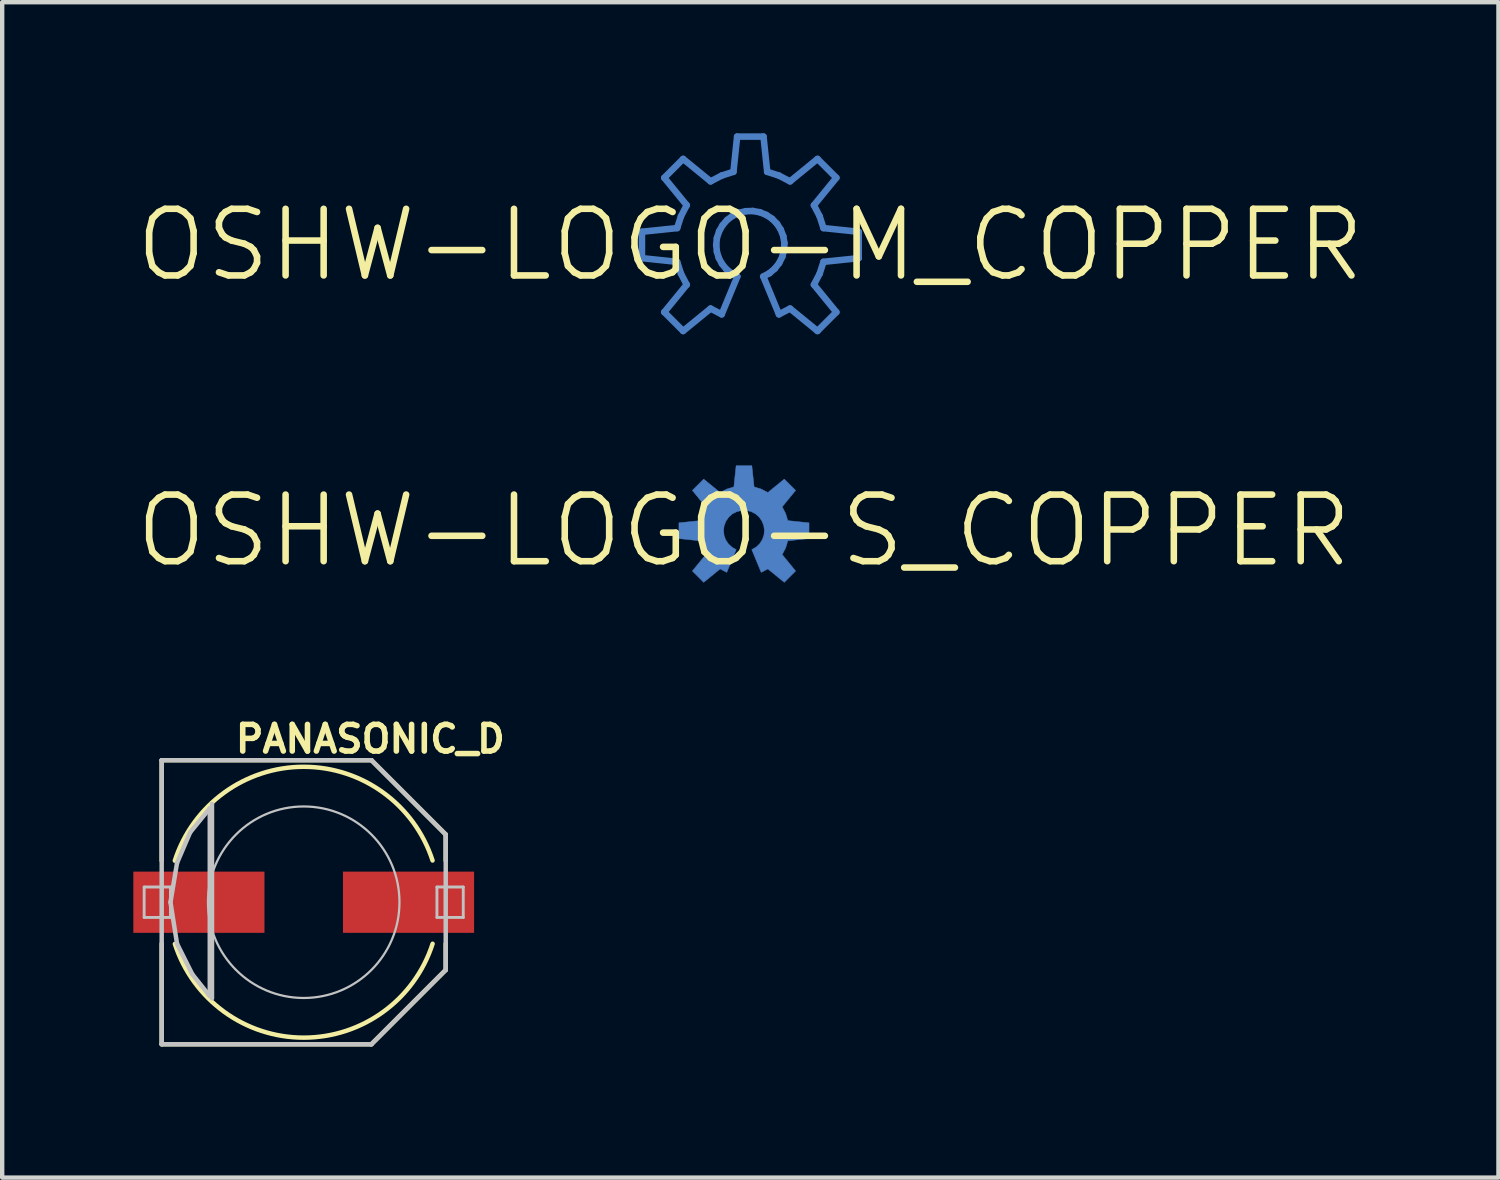
<source format=kicad_pcb>
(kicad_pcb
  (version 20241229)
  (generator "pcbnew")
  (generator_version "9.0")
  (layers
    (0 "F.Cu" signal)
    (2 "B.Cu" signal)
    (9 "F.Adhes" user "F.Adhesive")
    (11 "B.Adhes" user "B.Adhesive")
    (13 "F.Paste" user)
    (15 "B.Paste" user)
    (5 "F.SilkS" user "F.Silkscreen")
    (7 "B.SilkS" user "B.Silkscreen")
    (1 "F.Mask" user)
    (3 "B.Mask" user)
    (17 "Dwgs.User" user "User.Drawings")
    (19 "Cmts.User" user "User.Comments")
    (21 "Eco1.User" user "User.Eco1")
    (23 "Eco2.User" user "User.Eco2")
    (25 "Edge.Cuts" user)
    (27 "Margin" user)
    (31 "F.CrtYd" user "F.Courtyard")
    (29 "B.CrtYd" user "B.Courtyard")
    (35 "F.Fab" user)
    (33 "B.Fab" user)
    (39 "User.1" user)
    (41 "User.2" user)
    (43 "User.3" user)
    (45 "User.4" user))
  (footprint "OSHW-LOGO-M_COPPER"
    (layer "F.Cu")
    (at 14.115 2.554)
    (property "Reference" "OSHW-LOGO-M_COPPER" (at 0 0 0) (layer "F.SilkS") (effects (font (size 1.524 1.524) (thickness 0.15))))
    (attr exclude_from_pos_files exclude_from_bom)
    (fp_line (start -2.479 -0.302) (end -2.479 0.302) (stroke (width 0.15) (type solid)) (layer "B.Cu"))
    (fp_line (start -2.479 0.302) (end -1.674 0.386) (stroke (width 0.15) (type solid)) (layer "B.Cu"))
    (fp_line (start -1.968 -1.537) (end -1.455 -0.909) (stroke (width 0.15) (type solid)) (layer "B.Cu"))
    (fp_line (start -1.968 1.537) (end -1.537 1.968) (stroke (width 0.15) (type solid)) (layer "B.Cu"))
    (fp_line (start -1.674 -0.386) (end -2.479 -0.302) (stroke (width 0.15) (type solid)) (layer "B.Cu"))
    (fp_line (start -1.674 0.386) (end -1.587 0.655) (stroke (width 0.15) (type solid)) (layer "B.Cu"))
    (fp_line (start -1.587 -0.655) (end -1.674 -0.386) (stroke (width 0.15) (type solid)) (layer "B.Cu"))
    (fp_line (start -1.587 0.655) (end -1.455 0.909) (stroke (width 0.15) (type solid)) (layer "B.Cu"))
    (fp_line (start -1.537 -1.968) (end -1.968 -1.537) (stroke (width 0.15) (type solid)) (layer "B.Cu"))
    (fp_line (start -1.537 1.968) (end -0.909 1.455) (stroke (width 0.15) (type solid)) (layer "B.Cu"))
    (fp_line (start -1.455 -0.909) (end -1.587 -0.655) (stroke (width 0.15) (type solid)) (layer "B.Cu"))
    (fp_line (start -1.455 0.909) (end -1.968 1.537) (stroke (width 0.15) (type solid)) (layer "B.Cu"))
    (fp_line (start -0.909 -1.455) (end -1.537 -1.968) (stroke (width 0.15) (type solid)) (layer "B.Cu"))
    (fp_line (start -0.909 1.455) (end -0.655 1.587) (stroke (width 0.15) (type solid)) (layer "B.Cu"))
    (fp_line (start -0.78 0) (end -0.765 -0.157) (stroke (width 0.15) (type solid)) (layer "B.Cu"))
    (fp_line (start -0.765 -0.157) (end -0.714 -0.312) (stroke (width 0.15) (type solid)) (layer "B.Cu"))
    (fp_line (start -0.765 0.152) (end -0.78 0) (stroke (width 0.15) (type solid)) (layer "B.Cu"))
    (fp_line (start -0.721 0.297) (end -0.765 0.152) (stroke (width 0.15) (type solid)) (layer "B.Cu"))
    (fp_line (start -0.714 -0.312) (end -0.635 -0.45) (stroke (width 0.15) (type solid)) (layer "B.Cu"))
    (fp_line (start -0.655 -1.587) (end -0.909 -1.455) (stroke (width 0.15) (type solid)) (layer "B.Cu"))
    (fp_line (start -0.655 1.587) (end -0.297 0.721) (stroke (width 0.15) (type solid)) (layer "B.Cu"))
    (fp_line (start -0.648 0.432) (end -0.721 0.297) (stroke (width 0.15) (type solid)) (layer "B.Cu"))
    (fp_line (start -0.635 -0.45) (end -0.531 -0.572) (stroke (width 0.15) (type solid)) (layer "B.Cu"))
    (fp_line (start -0.551 0.551) (end -0.648 0.432) (stroke (width 0.15) (type solid)) (layer "B.Cu"))
    (fp_line (start -0.531 -0.572) (end -0.401 -0.668) (stroke (width 0.15) (type solid)) (layer "B.Cu"))
    (fp_line (start -0.432 0.648) (end -0.551 0.551) (stroke (width 0.15) (type solid)) (layer "B.Cu"))
    (fp_line (start -0.401 -0.668) (end -0.257 -0.737) (stroke (width 0.15) (type solid)) (layer "B.Cu"))
    (fp_line (start -0.386 -1.674) (end -0.655 -1.587) (stroke (width 0.15) (type solid)) (layer "B.Cu"))
    (fp_line (start -0.302 -2.479) (end -0.386 -1.674) (stroke (width 0.15) (type solid)) (layer "B.Cu"))
    (fp_line (start -0.297 0.721) (end -0.432 0.648) (stroke (width 0.15) (type solid)) (layer "B.Cu"))
    (fp_line (start -0.257 -0.737) (end -0.102 -0.772) (stroke (width 0.15) (type solid)) (layer "B.Cu"))
    (fp_line (start -0.102 -0.772) (end 0.056 -0.777) (stroke (width 0.15) (type solid)) (layer "B.Cu"))
    (fp_line (start 0.056 -0.777) (end 0.216 -0.749) (stroke (width 0.15) (type solid)) (layer "B.Cu"))
    (fp_line (start 0.216 -0.749) (end 0.363 -0.688) (stroke (width 0.15) (type solid)) (layer "B.Cu"))
    (fp_line (start 0.297 0.721) (end 0.655 1.587) (stroke (width 0.15) (type solid)) (layer "B.Cu"))
    (fp_line (start 0.302 -2.479) (end -0.302 -2.479) (stroke (width 0.15) (type solid)) (layer "B.Cu"))
    (fp_line (start 0.363 -0.688) (end 0.498 -0.599) (stroke (width 0.15) (type solid)) (layer "B.Cu"))
    (fp_line (start 0.386 -1.674) (end 0.302 -2.479) (stroke (width 0.15) (type solid)) (layer "B.Cu"))
    (fp_line (start 0.439 0.645) (end 0.297 0.721) (stroke (width 0.15) (type solid)) (layer "B.Cu"))
    (fp_line (start 0.498 -0.599) (end 0.61 -0.485) (stroke (width 0.15) (type solid)) (layer "B.Cu"))
    (fp_line (start 0.561 0.541) (end 0.439 0.645) (stroke (width 0.15) (type solid)) (layer "B.Cu"))
    (fp_line (start 0.61 -0.485) (end 0.696 -0.351) (stroke (width 0.15) (type solid)) (layer "B.Cu"))
    (fp_line (start 0.655 -1.587) (end 0.386 -1.674) (stroke (width 0.15) (type solid)) (layer "B.Cu"))
    (fp_line (start 0.655 1.587) (end 0.909 1.455) (stroke (width 0.15) (type solid)) (layer "B.Cu"))
    (fp_line (start 0.66 0.414) (end 0.561 0.541) (stroke (width 0.15) (type solid)) (layer "B.Cu"))
    (fp_line (start 0.696 -0.351) (end 0.754 -0.201) (stroke (width 0.15) (type solid)) (layer "B.Cu"))
    (fp_line (start 0.732 0.269) (end 0.66 0.414) (stroke (width 0.15) (type solid)) (layer "B.Cu"))
    (fp_line (start 0.754 -0.201) (end 0.78 -0.043) (stroke (width 0.15) (type solid)) (layer "B.Cu"))
    (fp_line (start 0.772 0.114) (end 0.732 0.269) (stroke (width 0.15) (type solid)) (layer "B.Cu"))
    (fp_line (start 0.78 -0.043) (end 0.772 0.114) (stroke (width 0.15) (type solid)) (layer "B.Cu"))
    (fp_line (start 0.909 -1.455) (end 0.655 -1.587) (stroke (width 0.15) (type solid)) (layer "B.Cu"))
    (fp_line (start 0.909 1.455) (end 1.537 1.968) (stroke (width 0.15) (type solid)) (layer "B.Cu"))
    (fp_line (start 1.455 -0.909) (end 1.968 -1.537) (stroke (width 0.15) (type solid)) (layer "B.Cu"))
    (fp_line (start 1.455 0.909) (end 1.587 0.655) (stroke (width 0.15) (type solid)) (layer "B.Cu"))
    (fp_line (start 1.537 -1.968) (end 0.909 -1.455) (stroke (width 0.15) (type solid)) (layer "B.Cu"))
    (fp_line (start 1.537 1.968) (end 1.968 1.537) (stroke (width 0.15) (type solid)) (layer "B.Cu"))
    (fp_line (start 1.587 -0.655) (end 1.455 -0.909) (stroke (width 0.15) (type solid)) (layer "B.Cu"))
    (fp_line (start 1.587 0.655) (end 1.674 0.386) (stroke (width 0.15) (type solid)) (layer "B.Cu"))
    (fp_line (start 1.674 -0.386) (end 1.587 -0.655) (stroke (width 0.15) (type solid)) (layer "B.Cu"))
    (fp_line (start 1.674 0.386) (end 2.479 0.302) (stroke (width 0.15) (type solid)) (layer "B.Cu"))
    (fp_line (start 1.968 -1.537) (end 1.537 -1.968) (stroke (width 0.15) (type solid)) (layer "B.Cu"))
    (fp_line (start 1.968 1.537) (end 1.455 0.909) (stroke (width 0.15) (type solid)) (layer "B.Cu"))
    (fp_line (start 2.479 -0.302) (end 1.674 -0.386) (stroke (width 0.15) (type solid)) (layer "B.Cu"))
    (fp_line (start 2.479 0.302) (end 2.479 -0.302) (stroke (width 0.15) (type solid)) (layer "B.Cu")))
  (footprint "OSHW-LOGO-S_COPPER"
    (layer "F.Cu")
    (at 13.97 9.091)
    (property "Reference" "OSHW-LOGO-S_COPPER" (at 0 0 0) (layer "F.SilkS") (effects (font (size 1.524 1.524) (thickness 0.15))))
    (attr exclude_from_pos_files exclude_from_bom)
    (fp_poly (pts (xy 0.394 0.953) (xy 0.546 0.874) (xy 0.922 1.181) (xy 1.181 0.922) (xy 0.874 0.546) (xy 0.953 0.394) (xy 1.003 0.231) (xy 1.488 0.18) (xy 1.488 -0.18) (xy 1.003 -0.231) (xy 0.953 -0.394) (xy 0.874 -0.546) (xy 1.181 -0.922) (xy 0.922 -1.181) (xy 0.546 -0.874) (xy 0.394 -0.953) (xy 0.231 -1.003) (xy 0.18 -1.488) (xy -0.18 -1.488) (xy -0.231 -1.003) (xy -0.394 -0.953) (xy -0.546 -0.874) (xy -0.922 -1.181) (xy -1.181 -0.922) (xy -0.874 -0.546) (xy -0.953 -0.394) (xy -1.003 -0.231) (xy -1.488 -0.18) (xy -1.488 0.18) (xy -1.003 0.231) (xy -0.953 0.394) (xy -0.874 0.546) (xy -1.181 0.922) (xy -0.922 1.181) (xy -0.546 0.874) (xy -0.394 0.953) (xy -0.178 0.432) (xy -0.274 0.378) (xy -0.356 0.302) (xy -0.417 0.211) (xy -0.455 0.109) (xy -0.467 0) (xy -0.455 -0.109) (xy -0.414 -0.216) (xy -0.351 -0.307) (xy -0.267 -0.384) (xy -0.168 -0.434) (xy -0.061 -0.462) (xy 0.051 -0.465) (xy 0.16 -0.439) (xy 0.259 -0.389) (xy 0.345 -0.315) (xy 0.409 -0.224) (xy 0.452 -0.119) (xy 0.467 -0.01) (xy 0.457 0.099) (xy 0.419 0.206) (xy 0.358 0.3) (xy 0.277 0.376) (xy 0.178 0.432)) (stroke (width 0.01) (type solid)) (fill yes) (layer "B.Cu")))
  (footprint "PANASONIC_D"
    (layer "F.Cu")
    (at 3.898 17.59)
    (property "Reference" "PANASONIC_D" (at 1.524 -3.734 0) (layer "F.SilkS") (effects (font (size 0.61 0.61) (thickness 0.127))))
    (attr smd)
    (fp_line (start -3.249 -3.249) (end 1.549 -3.249) (stroke (width 0.102) (type solid)) (layer "F.SilkS"))
    (fp_line (start -3.249 -0.95) (end -3.249 -3.249) (stroke (width 0.102) (type solid)) (layer "F.SilkS"))
    (fp_line (start -3.249 3.249) (end -3.249 0.95) (stroke (width 0.102) (type solid)) (layer "F.SilkS"))
    (fp_line (start 1.549 -3.249) (end 3.249 -1.549) (stroke (width 0.102) (type solid)) (layer "F.SilkS"))
    (fp_line (start 1.549 3.249) (end -3.249 3.249) (stroke (width 0.102) (type solid)) (layer "F.SilkS"))
    (fp_line (start 3.249 -1.549) (end 3.249 -0.95) (stroke (width 0.102) (type solid)) (layer "F.SilkS"))
    (fp_line (start 3.249 0.95) (end 3.249 1.549) (stroke (width 0.102) (type solid)) (layer "F.SilkS"))
    (fp_line (start 3.249 1.549) (end 1.549 3.249) (stroke (width 0.102) (type solid)) (layer "F.SilkS"))
    (fp_arc (start -2.94894 -0.94996) (mid -0.0024 -3.098171) (end 2.947465 -0.954527) (stroke (width 0.1016) (type solid)) (layer "F.SilkS"))
    (fp_arc (start 2.94894 0.94996) (mid 0.0024 3.098171) (end -2.947465 0.954527) (stroke (width 0.1016) (type solid)) (layer "F.SilkS"))
    (fp_line (start -3.65 -0.348) (end -3.048 -0.348) (stroke (width 0.066) (type solid)) (layer "Dwgs.User"))
    (fp_line (start -3.65 0.348) (end -3.65 -0.348) (stroke (width 0.066) (type solid)) (layer "Dwgs.User"))
    (fp_line (start -3.65 0.348) (end -3.048 0.348) (stroke (width 0.066) (type solid)) (layer "Dwgs.User"))
    (fp_line (start -3.249 -3.249) (end 1.549 -3.249) (stroke (width 0.102) (type solid)) (layer "Dwgs.User"))
    (fp_line (start -3.249 3.249) (end -3.249 -3.249) (stroke (width 0.102) (type solid)) (layer "Dwgs.User"))
    (fp_line (start -3.048 0) (end -2.898 0.95) (stroke (width 0.102) (type solid)) (layer "Dwgs.User"))
    (fp_line (start -3.048 0.348) (end -3.048 -0.348) (stroke (width 0.066) (type solid)) (layer "Dwgs.User"))
    (fp_line (start -2.898 -0.899) (end -3.048 0) (stroke (width 0.102) (type solid)) (layer "Dwgs.User"))
    (fp_line (start -2.898 0.95) (end -2.548 1.648) (stroke (width 0.102) (type solid)) (layer "Dwgs.User"))
    (fp_line (start -2.598 -1.598) (end -2.898 -0.899) (stroke (width 0.102) (type solid)) (layer "Dwgs.User"))
    (fp_line (start -2.548 1.648) (end -2.149 2.149) (stroke (width 0.102) (type solid)) (layer "Dwgs.User"))
    (fp_line (start -2.149 -2.149) (end -2.598 -1.598) (stroke (width 0.102) (type solid)) (layer "Dwgs.User"))
    (fp_line (start -2.149 -2.098) (end -2.149 -2.149) (stroke (width 0.102) (type solid)) (layer "Dwgs.User"))
    (fp_line (start -2.149 2.149) (end -2.149 -2.098) (stroke (width 0.102) (type solid)) (layer "Dwgs.User"))
    (fp_line (start -2.098 -2.248) (end -2.098 2.2) (stroke (width 0.102) (type solid)) (layer "Dwgs.User"))
    (fp_line (start 1.549 -3.249) (end 3.249 -1.549) (stroke (width 0.102) (type solid)) (layer "Dwgs.User"))
    (fp_line (start 1.549 3.249) (end -3.249 3.249) (stroke (width 0.102) (type solid)) (layer "Dwgs.User"))
    (fp_line (start 3.048 -0.348) (end 3.65 -0.348) (stroke (width 0.066) (type solid)) (layer "Dwgs.User"))
    (fp_line (start 3.048 0.348) (end 3.048 -0.348) (stroke (width 0.066) (type solid)) (layer "Dwgs.User"))
    (fp_line (start 3.048 0.348) (end 3.65 0.348) (stroke (width 0.066) (type solid)) (layer "Dwgs.User"))
    (fp_line (start 3.249 -1.549) (end 3.249 1.549) (stroke (width 0.102) (type solid)) (layer "Dwgs.User"))
    (fp_line (start 3.249 1.549) (end 1.549 3.249) (stroke (width 0.102) (type solid)) (layer "Dwgs.User"))
    (fp_line (start 3.65 0.348) (end 3.65 -0.348) (stroke (width 0.066) (type solid)) (layer "Dwgs.User"))
    (fp_circle (center 0 0) (end -1.549 1.549) (stroke (width 0.051) (type solid)) (fill no) (layer "Dwgs.User"))
    (pad "+" smd rect (at 2.398 0) (size 3 1.4) (layers "F.Cu" "F.Mask" "F.Paste"))
    (pad "-" smd rect (at -2.398 0) (size 3 1.4) (layers "F.Cu" "F.Mask" "F.Paste")))
  (gr_rect
    (start -3 -3)
    (end 31.23 23.89)
    (stroke (width 0.1) (type default))
    (fill no)
    (layer "Edge.Cuts")))
</source>
